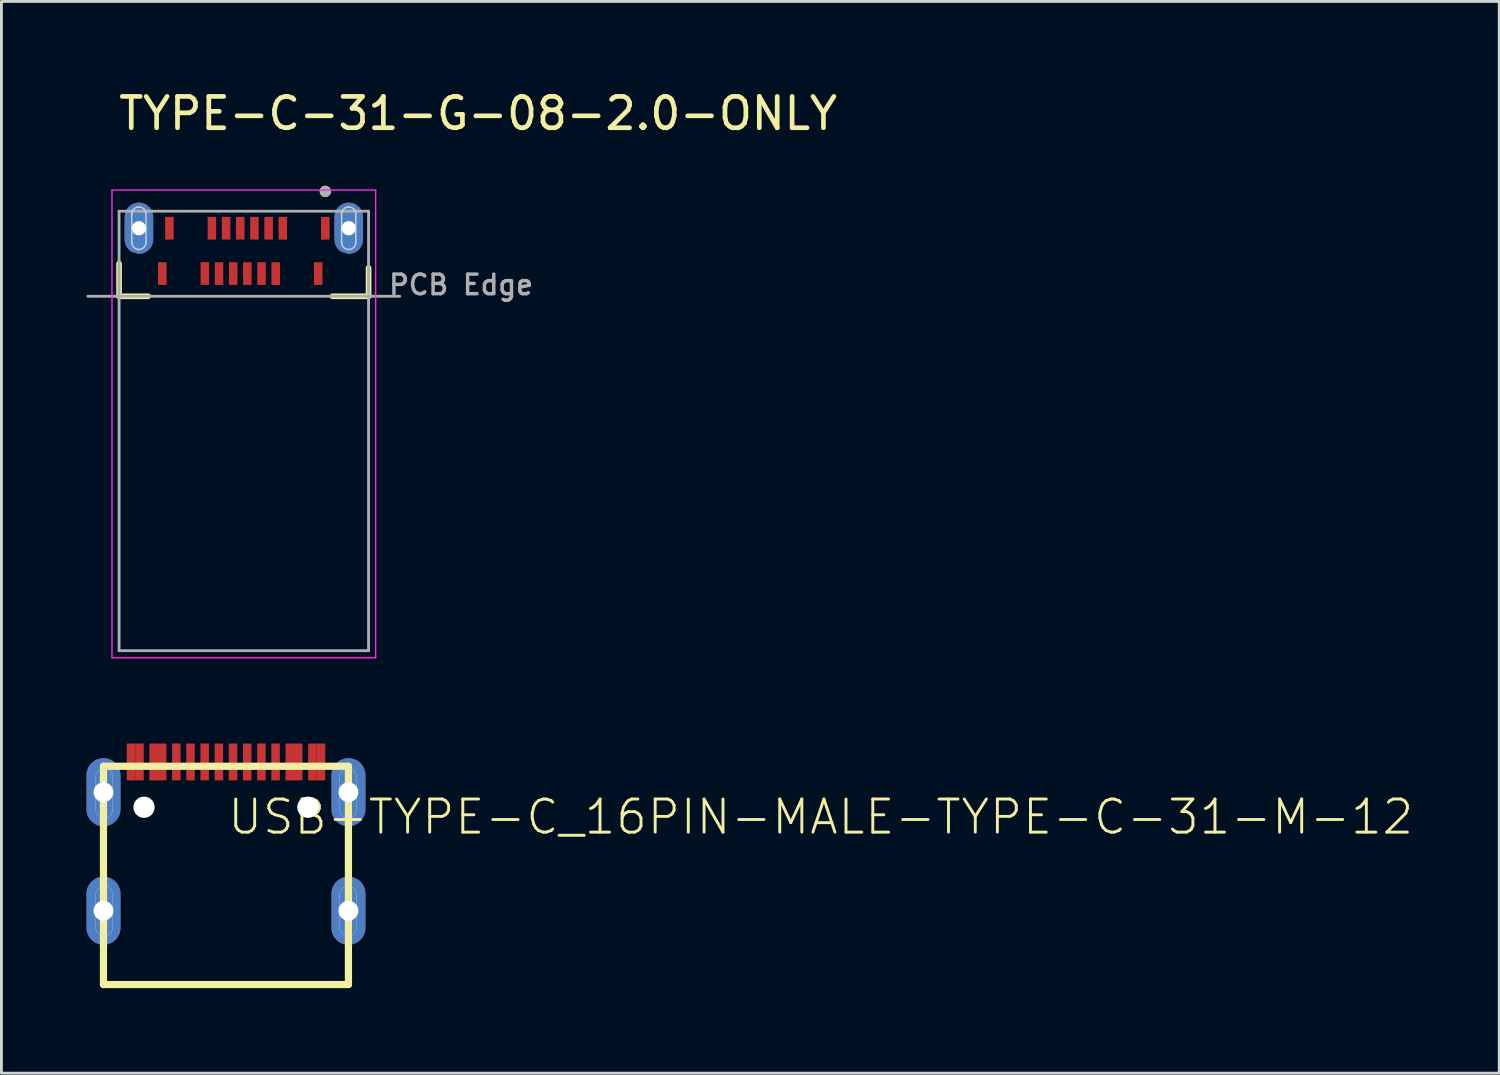
<source format=kicad_pcb>
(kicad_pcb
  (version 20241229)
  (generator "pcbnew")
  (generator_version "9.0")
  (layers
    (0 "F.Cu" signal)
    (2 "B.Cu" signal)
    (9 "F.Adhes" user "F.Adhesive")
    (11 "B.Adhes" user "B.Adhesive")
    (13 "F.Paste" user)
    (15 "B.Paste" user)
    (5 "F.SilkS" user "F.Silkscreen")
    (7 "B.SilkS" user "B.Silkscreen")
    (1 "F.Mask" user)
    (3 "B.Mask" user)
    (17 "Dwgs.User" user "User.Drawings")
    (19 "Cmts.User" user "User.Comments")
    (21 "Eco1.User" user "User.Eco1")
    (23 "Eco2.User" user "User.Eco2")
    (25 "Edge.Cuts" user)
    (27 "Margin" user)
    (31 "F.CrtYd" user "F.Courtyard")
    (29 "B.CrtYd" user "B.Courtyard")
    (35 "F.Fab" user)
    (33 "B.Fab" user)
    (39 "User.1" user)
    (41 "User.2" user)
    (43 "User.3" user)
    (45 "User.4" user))
  (footprint "USB-TYPE-C_16PIN-MALE-TYPE-C-31-M-12"
    (layer "F.Cu")
    (at 4.92 26.449)
    (property "Reference" "USB-TYPE-C_16PIN-MALE-TYPE-C-31-M-12" (at 0 0 0) (layer "F.SilkS") (effects (font (size 1.168 1.168) (thickness 0.102)) (justify left bottom)))
    (fp_line (start -4.32 -2.471) (end 4.32 -2.471) (stroke (width 0.254) (type solid)) (layer "F.SilkS"))
    (fp_line (start -4.32 5.227) (end -4.32 -2.471) (stroke (width 0.254) (type solid)) (layer "F.SilkS"))
    (fp_line (start -4.32 5.227) (end 4.32 5.227) (stroke (width 0.254) (type solid)) (layer "F.SilkS"))
    (fp_line (start 4.32 5.227) (end 4.32 -2.471) (stroke (width 0.254) (type solid)) (layer "F.SilkS"))
    (fp_line (start -4.6 -2.05) (end -4.6 -0.95) (stroke (width 0.01) (type solid)) (layer "Edge.Cuts"))
    (fp_line (start -4.6 2.1) (end -4.6 3.2) (stroke (width 0.01) (type solid)) (layer "Edge.Cuts"))
    (fp_line (start -4 -0.9) (end -4 -2.1) (stroke (width 0.01) (type solid)) (layer "Edge.Cuts"))
    (fp_line (start -4 3.25) (end -4 2.05) (stroke (width 0.01) (type solid)) (layer "Edge.Cuts"))
    (fp_line (start 4 -2.05) (end 4 -0.95) (stroke (width 0.01) (type solid)) (layer "Edge.Cuts"))
    (fp_line (start 4 2.1) (end 4 3.2) (stroke (width 0.01) (type solid)) (layer "Edge.Cuts"))
    (fp_line (start 4.6 -0.9) (end 4.6 -2.1) (stroke (width 0.01) (type solid)) (layer "Edge.Cuts"))
    (fp_line (start 4.6 3.25) (end 4.6 2.05) (stroke (width 0.01) (type solid)) (layer "Edge.Cuts"))
    (fp_arc (start -4.6 -2.05) (mid -4.522487 -2.287132) (end -4.3 -2.4) (stroke (width 0.01) (type solid)) (layer "Edge.Cuts"))
    (fp_arc (start -4.6 2.1) (mid -4.522487 1.862868) (end -4.3 1.75) (stroke (width 0.01) (type solid)) (layer "Edge.Cuts"))
    (fp_arc (start -4.3 -2.4) (mid -4.087868 -2.312132) (end -4 -2.1) (stroke (width 0.01) (type solid)) (layer "Edge.Cuts"))
    (fp_arc (start -4.3 -0.65) (mid -4.512132 -0.737868) (end -4.6 -0.95) (stroke (width 0.01) (type solid)) (layer "Edge.Cuts"))
    (fp_arc (start -4.3 1.75) (mid -4.087868 1.837868) (end -4 2.05) (stroke (width 0.01) (type solid)) (layer "Edge.Cuts"))
    (fp_arc (start -4.3 3.5) (mid -4.512132 3.412132) (end -4.6 3.2) (stroke (width 0.01) (type solid)) (layer "Edge.Cuts"))
    (fp_arc (start -4 -0.9) (mid -4.098223 -0.712868) (end -4.3 -0.65) (stroke (width 0.01) (type solid)) (layer "Edge.Cuts"))
    (fp_arc (start -4 3.25) (mid -4.098223 3.437132) (end -4.3 3.5) (stroke (width 0.01) (type solid)) (layer "Edge.Cuts"))
    (fp_arc (start 4 -2.05) (mid 4.077513 -2.287132) (end 4.3 -2.4) (stroke (width 0.01) (type solid)) (layer "Edge.Cuts"))
    (fp_arc (start 4 2.1) (mid 4.077513 1.862868) (end 4.3 1.75) (stroke (width 0.01) (type solid)) (layer "Edge.Cuts"))
    (fp_arc (start 4.3 -2.4) (mid 4.512132 -2.312132) (end 4.6 -2.1) (stroke (width 0.01) (type solid)) (layer "Edge.Cuts"))
    (fp_arc (start 4.3 -0.65) (mid 4.087868 -0.737868) (end 4 -0.95) (stroke (width 0.01) (type solid)) (layer "Edge.Cuts"))
    (fp_arc (start 4.3 1.75) (mid 4.512132 1.837868) (end 4.6 2.05) (stroke (width 0.01) (type solid)) (layer "Edge.Cuts"))
    (fp_arc (start 4.3 3.5) (mid 4.087868 3.412132) (end 4 3.2) (stroke (width 0.01) (type solid)) (layer "Edge.Cuts"))
    (fp_arc (start 4.6 -0.9) (mid 4.501777 -0.712868) (end 4.3 -0.65) (stroke (width 0.01) (type solid)) (layer "Edge.Cuts"))
    (fp_arc (start 4.6 3.25) (mid 4.501777 3.437132) (end 4.3 3.5) (stroke (width 0.01) (type solid)) (layer "Edge.Cuts"))
    (pad "" np_thru_hole circle (at -2.89 -1.026) (size 0.75 0.75) (drill 0.75) (layers "*.Cu" "*.Mask"))
    (pad "" np_thru_hole circle (at 2.89 -1.026) (size 0.75 0.75) (drill 0.75) (layers "*.Cu" "*.Mask"))
    (pad "0" thru_hole oval (at -4.32 -1.556 90) (size 2.4 1.2) (drill 0.7) (layers "*.Cu" "*.Mask"))
    (pad "0-1" thru_hole oval (at 4.32 -1.556 90) (size 2.4 1.2) (drill 0.7) (layers "*.Cu" "*.Mask"))
    (pad "0-2" thru_hole oval (at 4.32 2.624 90) (size 2.4 1.2) (drill 0.7) (layers "*.Cu" "*.Mask"))
    (pad "0-3" thru_hole oval (at -4.32 2.624 90) (size 2.4 1.2) (drill 0.7) (layers "*.Cu" "*.Mask"))
    (pad "A1" smd rect (at -3.35 -2.623) (size 0.3 1.3) (layers "F.Cu" "F.Mask" "F.Paste"))
    (pad "A4" smd rect (at -2.55 -2.623) (size 0.3 1.3) (layers "F.Cu" "F.Mask" "F.Paste"))
    (pad "A5" smd rect (at -1.25 -2.623) (size 0.3 1.3) (layers "F.Cu" "F.Mask" "F.Paste"))
    (pad "A6" smd rect (at -0.25 -2.623) (size 0.3 1.3) (layers "F.Cu" "F.Mask" "F.Paste"))
    (pad "A7" smd rect (at 0.25 -2.623) (size 0.3 1.3) (layers "F.Cu" "F.Mask" "F.Paste"))
    (pad "A8" smd rect (at 1.25 -2.624) (size 0.3 1.3) (layers "F.Cu" "F.Mask" "F.Paste"))
    (pad "A9" smd rect (at 2.55 -2.623) (size 0.3 1.3) (layers "F.Cu" "F.Mask" "F.Paste"))
    (pad "A12" smd rect (at 3.35 -2.623) (size 0.3 1.3) (layers "F.Cu" "F.Mask" "F.Paste"))
    (pad "B1" smd rect (at 3.05 -2.623) (size 0.3 1.3) (layers "F.Cu" "F.Mask" "F.Paste"))
    (pad "B4" smd rect (at 2.25 -2.623) (size 0.3 1.3) (layers "F.Cu" "F.Mask" "F.Paste"))
    (pad "B5" smd rect (at 1.75 -2.623) (size 0.3 1.3) (layers "F.Cu" "F.Mask" "F.Paste"))
    (pad "B6" smd rect (at 0.75 -2.623) (size 0.3 1.3) (layers "F.Cu" "F.Mask" "F.Paste"))
    (pad "B7" smd rect (at -0.75 -2.623) (size 0.3 1.3) (layers "F.Cu" "F.Mask" "F.Paste"))
    (pad "B8" smd rect (at -1.75 -2.624) (size 0.3 1.3) (layers "F.Cu" "F.Mask" "F.Paste"))
    (pad "B9" smd rect (at -2.25 -2.623) (size 0.3 1.3) (layers "F.Cu" "F.Mask" "F.Paste"))
    (pad "B12" smd rect (at -3.05 -2.623) (size 0.3 1.3) (layers "F.Cu" "F.Mask" "F.Paste")))
  (footprint "TYPE-C-31-G-08-2.0-ONLY"
    (layer "F.Cu")
    (at 5.55 5.85)
    (property "Reference" "TYPE-C-31-G-08-2.0-ONLY" (at -4.5 -4.25 0) (layer "F.SilkS") (effects (font (size 1.105 1.105) (thickness 0.165)) (justify left bottom)))
    (fp_poly (pts (xy -3.569 -1.738) (xy -3.447 -1.687) (xy -3.343 -1.607) (xy -3.263 -1.503) (xy -3.212 -1.381) (xy -3.195 -1.251) (xy -3.195 -1.25) (xy -3.195 -0.45) (xy -3.195 -0.449) (xy -3.212 -0.319) (xy -3.263 -0.197) (xy -3.343 -0.093) (xy -3.447 -0.013) (xy -3.569 0.038) (xy -3.7 0.055) (xy -3.952 -0.012) (xy -4.057 -0.093) (xy -4.137 -0.197) (xy -4.188 -0.319) (xy -4.205 -0.449) (xy -4.205 -0.45) (xy -4.205 -1.25) (xy -4.205 -1.251) (xy -4.188 -1.381) (xy -4.137 -1.503) (xy -4.057 -1.607) (xy -3.953 -1.687) (xy -3.831 -1.738) (xy -3.7 -1.755)) (stroke (width 0) (type default)) (fill yes) (layer "F.Cu"))
    (fp_poly (pts (xy 3.831 -1.738) (xy 3.953 -1.687) (xy 4.057 -1.607) (xy 4.137 -1.503) (xy 4.188 -1.381) (xy 4.205 -1.251) (xy 4.205 -1.25) (xy 4.205 -0.45) (xy 4.205 -0.449) (xy 4.188 -0.319) (xy 4.137 -0.197) (xy 4.057 -0.093) (xy 3.953 -0.013) (xy 3.831 0.038) (xy 3.7 0.055) (xy 3.448 -0.012) (xy 3.343 -0.093) (xy 3.263 -0.197) (xy 3.212 -0.319) (xy 3.195 -0.449) (xy 3.195 -0.45) (xy 3.195 -1.25) (xy 3.195 -1.251) (xy 3.212 -1.381) (xy 3.263 -1.503) (xy 3.343 -1.607) (xy 3.447 -1.687) (xy 3.569 -1.738) (xy 3.7 -1.755)) (stroke (width 0) (type default)) (fill yes) (layer "F.Cu"))
    (fp_poly (pts (xy -3.543 -1.834) (xy -3.397 -1.774) (xy -3.272 -1.678) (xy -3.176 -1.553) (xy -3.116 -1.407) (xy -3.095 -1.251) (xy -3.095 -1.25) (xy -3.095 -0.45) (xy -3.095 -0.449) (xy -3.116 -0.293) (xy -3.176 -0.147) (xy -3.272 -0.022) (xy -3.397 0.074) (xy -3.543 0.134) (xy -3.7 0.155) (xy -4.002 0.074) (xy -4.128 -0.022) (xy -4.224 -0.147) (xy -4.284 -0.293) (xy -4.305 -0.449) (xy -4.305 -0.45) (xy -4.305 -1.25) (xy -4.305 -1.251) (xy -4.284 -1.407) (xy -4.224 -1.553) (xy -4.128 -1.678) (xy -4.003 -1.774) (xy -3.857 -1.834) (xy -3.7 -1.855)) (stroke (width 0) (type default)) (fill yes) (layer "F.Mask"))
    (fp_poly (pts (xy 3.857 -1.834) (xy 4.003 -1.774) (xy 4.128 -1.678) (xy 4.224 -1.553) (xy 4.284 -1.407) (xy 4.305 -1.251) (xy 4.305 -1.25) (xy 4.305 -0.45) (xy 4.305 -0.449) (xy 4.284 -0.293) (xy 4.224 -0.147) (xy 4.128 -0.022) (xy 4.003 0.074) (xy 3.857 0.134) (xy 3.7 0.155) (xy 3.398 0.074) (xy 3.272 -0.022) (xy 3.176 -0.147) (xy 3.116 -0.293) (xy 3.095 -0.449) (xy 3.095 -0.45) (xy 3.095 -1.25) (xy 3.095 -1.251) (xy 3.116 -1.407) (xy 3.176 -1.553) (xy 3.272 -1.678) (xy 3.397 -1.774) (xy 3.543 -1.834) (xy 3.7 -1.855)) (stroke (width 0) (type default)) (fill yes) (layer "F.Mask"))
    (fp_poly (pts (xy -3.569 -1.738) (xy -3.447 -1.687) (xy -3.343 -1.607) (xy -3.263 -1.503) (xy -3.212 -1.381) (xy -3.195 -1.251) (xy -3.195 -1.25) (xy -3.195 -0.45) (xy -3.195 -0.449) (xy -3.212 -0.319) (xy -3.263 -0.197) (xy -3.343 -0.093) (xy -3.447 -0.013) (xy -3.569 0.038) (xy -3.7 0.055) (xy -3.952 -0.012) (xy -4.057 -0.093) (xy -4.137 -0.197) (xy -4.188 -0.319) (xy -4.205 -0.449) (xy -4.205 -0.45) (xy -4.205 -1.25) (xy -4.205 -1.251) (xy -4.188 -1.381) (xy -4.137 -1.503) (xy -4.057 -1.607) (xy -3.953 -1.687) (xy -3.831 -1.738) (xy -3.7 -1.755)) (stroke (width 0) (type default)) (fill yes) (layer "B.Cu"))
    (fp_poly (pts (xy 3.831 -1.738) (xy 3.953 -1.687) (xy 4.057 -1.607) (xy 4.137 -1.503) (xy 4.188 -1.381) (xy 4.205 -1.251) (xy 4.205 -1.25) (xy 4.205 -0.45) (xy 4.205 -0.449) (xy 4.188 -0.319) (xy 4.137 -0.197) (xy 4.057 -0.093) (xy 3.953 -0.013) (xy 3.831 0.038) (xy 3.7 0.055) (xy 3.448 -0.012) (xy 3.343 -0.093) (xy 3.263 -0.197) (xy 3.212 -0.319) (xy 3.195 -0.449) (xy 3.195 -0.45) (xy 3.195 -1.25) (xy 3.195 -1.251) (xy 3.212 -1.381) (xy 3.263 -1.503) (xy 3.343 -1.607) (xy 3.447 -1.687) (xy 3.569 -1.738) (xy 3.7 -1.755)) (stroke (width 0) (type default)) (fill yes) (layer "B.Cu"))
    (fp_poly (pts (xy -3.543 -1.934) (xy -3.397 -1.874) (xy -3.272 -1.778) (xy -3.176 -1.653) (xy -3.116 -1.507) (xy -3.095 -1.351) (xy -3.095 -1.35) (xy -3.095 -0.55) (xy -3.095 -0.549) (xy -3.116 -0.393) (xy -3.176 -0.247) (xy -3.272 -0.122) (xy -3.397 -0.026) (xy -3.543 0.034) (xy -3.7 0.055) (xy -4.002 -0.026) (xy -4.128 -0.122) (xy -4.224 -0.247) (xy -4.284 -0.393) (xy -4.305 -0.549) (xy -4.305 -0.55) (xy -4.305 -1.35) (xy -4.305 -1.351) (xy -4.284 -1.507) (xy -4.224 -1.653) (xy -4.128 -1.778) (xy -4.003 -1.874) (xy -3.857 -1.934) (xy -3.7 -1.955)) (stroke (width 0) (type default)) (fill yes) (layer "B.Mask"))
    (fp_poly (pts (xy 3.857 -1.934) (xy 4.003 -1.874) (xy 4.128 -1.778) (xy 4.224 -1.653) (xy 4.284 -1.507) (xy 4.305 -1.351) (xy 4.305 -1.35) (xy 4.305 -0.55) (xy 4.305 -0.549) (xy 4.284 -0.393) (xy 4.224 -0.247) (xy 4.128 -0.122) (xy 4.003 -0.026) (xy 3.857 0.034) (xy 3.7 0.055) (xy 3.398 -0.026) (xy 3.272 -0.122) (xy 3.176 -0.247) (xy 3.116 -0.393) (xy 3.095 -0.549) (xy 3.095 -0.55) (xy 3.095 -1.35) (xy 3.095 -1.351) (xy 3.116 -1.507) (xy 3.176 -1.653) (xy 3.272 -1.778) (xy 3.397 -1.874) (xy 3.543 -1.934) (xy 3.7 -1.955)) (stroke (width 0) (type default)) (fill yes) (layer "B.Mask"))
    (fp_line (start -4.4 1.55) (end -4.4 0.4) (stroke (width 0.2) (type solid)) (layer "F.SilkS"))
    (fp_line (start -4.4 1.55) (end -3.375 1.55) (stroke (width 0.2) (type solid)) (layer "F.SilkS"))
    (fp_line (start 3.125 1.55) (end 4.4 1.55) (stroke (width 0.2) (type solid)) (layer "F.SilkS"))
    (fp_line (start 4.4 1.55) (end 4.4 0.55) (stroke (width 0.2) (type solid)) (layer "F.SilkS"))
    (fp_circle (center 2.875 -2.15) (end 2.975 -2.15) (stroke (width 0.2) (type solid)) (fill no) (layer "F.SilkS"))
    (fp_line (start -3.95 -1.35) (end -3.95 -0.35) (stroke (width 0.05) (type solid)) (layer "Edge.Cuts"))
    (fp_line (start -3.45 -0.35) (end -3.45 -1.35) (stroke (width 0.05) (type solid)) (layer "Edge.Cuts"))
    (fp_line (start 3.45 -1.35) (end 3.45 -0.35) (stroke (width 0.05) (type solid)) (layer "Edge.Cuts"))
    (fp_line (start 3.95 -0.35) (end 3.95 -1.35) (stroke (width 0.05) (type solid)) (layer "Edge.Cuts"))
    (fp_arc (start -3.95 -1.35) (mid -3.876777 -1.526777) (end -3.7 -1.6) (stroke (width 0.05) (type solid)) (layer "Edge.Cuts"))
    (fp_arc (start -3.7 -1.6) (mid -3.523223 -1.526777) (end -3.45 -1.35) (stroke (width 0.05) (type solid)) (layer "Edge.Cuts"))
    (fp_arc (start -3.7 -0.1) (mid -3.876777 -0.173223) (end -3.95 -0.35) (stroke (width 0.05) (type solid)) (layer "Edge.Cuts"))
    (fp_arc (start -3.45 -0.35) (mid -3.523223 -0.173223) (end -3.7 -0.1) (stroke (width 0.05) (type solid)) (layer "Edge.Cuts"))
    (fp_arc (start 3.45 -1.35) (mid 3.523223 -1.526777) (end 3.7 -1.6) (stroke (width 0.05) (type solid)) (layer "Edge.Cuts"))
    (fp_arc (start 3.7 -1.6) (mid 3.876777 -1.526777) (end 3.95 -1.35) (stroke (width 0.05) (type solid)) (layer "Edge.Cuts"))
    (fp_arc (start 3.7 -0.1) (mid 3.523223 -0.173223) (end 3.45 -0.35) (stroke (width 0.05) (type solid)) (layer "Edge.Cuts"))
    (fp_arc (start 3.95 -0.35) (mid 3.876777 -0.173223) (end 3.7 -0.1) (stroke (width 0.05) (type solid)) (layer "Edge.Cuts"))
    (fp_line (start -4.65 -2.2) (end 4.65 -2.2) (stroke (width 0.05) (type solid)) (layer "F.CrtYd"))
    (fp_line (start -4.65 14.3) (end -4.65 -2.2) (stroke (width 0.05) (type solid)) (layer "F.CrtYd"))
    (fp_line (start -4.65 14.3) (end 4.65 14.3) (stroke (width 0.05) (type solid)) (layer "F.CrtYd"))
    (fp_line (start 4.65 14.3) (end 4.65 -2.2) (stroke (width 0.05) (type solid)) (layer "F.CrtYd"))
    (fp_line (start -5.5 1.55) (end 5.5 1.55) (stroke (width 0.1) (type solid)) (layer "F.Fab"))
    (fp_line (start -4.4 -1.45) (end 4.4 -1.45) (stroke (width 0.1) (type solid)) (layer "F.Fab"))
    (fp_line (start -4.4 14.05) (end -4.4 -1.45) (stroke (width 0.1) (type solid)) (layer "F.Fab"))
    (fp_line (start -4.4 14.05) (end 4.4 14.05) (stroke (width 0.1) (type solid)) (layer "F.Fab"))
    (fp_line (start 4.4 14.05) (end 4.4 -1.45) (stroke (width 0.1) (type solid)) (layer "F.Fab"))
    (fp_circle (center 2.875 -2.15) (end 2.975 -2.15) (stroke (width 0.2) (type solid)) (fill no) (layer "F.Fab"))
    (fp_text user "PCB Edge" (at 5.05 1.55 0) (layer "F.Fab") (effects (font (size 0.691 0.691) (thickness 0.122)) (justify left bottom)))
    (pad "A1" smd rect (at 2.875 -0.85) (size 0.3 0.8) (layers "F.Cu" "F.Mask" "F.Paste"))
    (pad "A4" smd rect (at 1.375 -0.85) (size 0.3 0.8) (layers "F.Cu" "F.Mask" "F.Paste"))
    (pad "A5" smd rect (at 0.875 -0.85) (size 0.3 0.8) (layers "F.Cu" "F.Mask" "F.Paste"))
    (pad "A6" smd rect (at 0.375 -0.85) (size 0.3 0.8) (layers "F.Cu" "F.Mask" "F.Paste"))
    (pad "A7" smd rect (at -0.125 -0.85) (size 0.3 0.8) (layers "F.Cu" "F.Mask" "F.Paste"))
    (pad "A8" smd rect (at -0.625 -0.85) (size 0.3 0.8) (layers "F.Cu" "F.Mask" "F.Paste"))
    (pad "A9" smd rect (at -1.125 -0.85) (size 0.3 0.8) (layers "F.Cu" "F.Mask" "F.Paste"))
    (pad "A12" smd rect (at -2.625 -0.85) (size 0.3 0.8) (layers "F.Cu" "F.Mask" "F.Paste"))
    (pad "B1" smd rect (at -2.875 0.75) (size 0.3 0.8) (layers "F.Cu" "F.Mask" "F.Paste"))
    (pad "B4" smd rect (at -1.375 0.75) (size 0.3 0.8) (layers "F.Cu" "F.Mask" "F.Paste"))
    (pad "B5" smd rect (at -0.875 0.75) (size 0.3 0.8) (layers "F.Cu" "F.Mask" "F.Paste"))
    (pad "B6" smd rect (at -0.375 0.75) (size 0.3 0.8) (layers "F.Cu" "F.Mask" "F.Paste"))
    (pad "B7" smd rect (at 0.125 0.75) (size 0.3 0.8) (layers "F.Cu" "F.Mask" "F.Paste"))
    (pad "B8" smd rect (at 0.625 0.75) (size 0.3 0.8) (layers "F.Cu" "F.Mask" "F.Paste"))
    (pad "B9" smd rect (at 1.125 0.75) (size 0.3 0.8) (layers "F.Cu" "F.Mask" "F.Paste"))
    (pad "B12" smd rect (at 2.625 0.75) (size 0.3 0.8) (layers "F.Cu" "F.Mask" "F.Paste"))
    (pad "S1" thru_hole oval (at -3.7 -0.85 90) (size 1.6 0.8) (drill 0.5) (layers "*.Cu"))
    (pad "S2" thru_hole oval (at 3.7 -0.85 90) (size 1.6 0.8) (drill 0.5) (layers "*.Cu")))
  (gr_rect
    (start -3 -3)
    (end 49.831 34.803)
    (stroke (width 0.1) (type default))
    (fill no)
    (layer "Edge.Cuts")))
</source>
